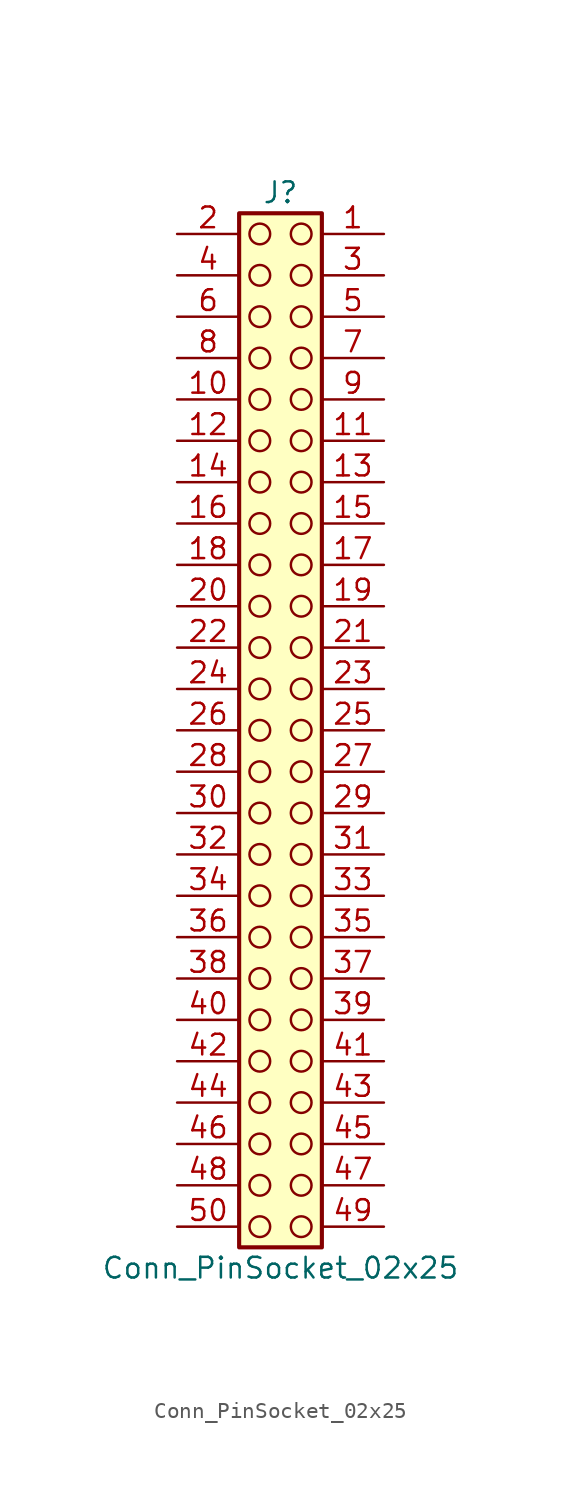
<source format=kicad_sym>
(kicad_symbol_lib
  (version 20241209)
  (generator "kicad_symbol_editor")
  (generator_version "9.0")
  (symbol "Conn_PinSocket_02x25"
    (pin_names
      (offset 1.016)
      (hide yes))
    (property "Reference" "J"
      (at 1.27 33.02 0)
      (effects (font (size 1.27 1.27))))
    (property "Value" "Conn_PinSocket_02x25"
      (at 1.27 -33.02 0)
      (effects (font (size 1.27 1.27))))
    (symbol "Conn_PinSocket_02x25_1_1"
      (rectangle (start -1.27 31.75) (end 3.81 -31.75) (stroke (width 0.254) (type default)) (fill (type background)))
      (circle (center 0 30.48) (radius 0.635) (stroke (width 0) (type solid) (color 132 0 0 1)) (fill (type none)))
      (circle (center 0 27.94) (radius 0.635) (stroke (width 0) (type solid) (color 132 0 0 1)) (fill (type none)))
      (circle (center 0 25.4) (radius 0.635) (stroke (width 0) (type solid) (color 132 0 0 1)) (fill (type none)))
      (circle (center 0 22.86) (radius 0.635) (stroke (width 0) (type solid) (color 132 0 0 1)) (fill (type none)))
      (circle (center 0 20.32) (radius 0.635) (stroke (width 0) (type solid) (color 132 0 0 1)) (fill (type none)))
      (circle (center 0 17.78) (radius 0.635) (stroke (width 0) (type solid) (color 132 0 0 1)) (fill (type none)))
      (circle (center 0 15.24) (radius 0.635) (stroke (width 0) (type solid) (color 132 0 0 1)) (fill (type none)))
      (circle (center 0 12.7) (radius 0.635) (stroke (width 0) (type solid) (color 132 0 0 1)) (fill (type none)))
      (circle (center 0 10.16) (radius 0.635) (stroke (width 0) (type solid) (color 132 0 0 1)) (fill (type none)))
      (circle (center 0 7.62) (radius 0.635) (stroke (width 0) (type solid) (color 132 0 0 1)) (fill (type none)))
      (circle (center 0 5.08) (radius 0.635) (stroke (width 0) (type solid) (color 132 0 0 1)) (fill (type none)))
      (circle (center 0 2.54) (radius 0.635) (stroke (width 0) (type solid) (color 132 0 0 1)) (fill (type none)))
      (circle (center 0 0) (radius 0.635) (stroke (width 0) (type solid) (color 132 0 0 1)) (fill (type none)))
      (circle (center 0 -2.54) (radius 0.635) (stroke (width 0) (type solid) (color 132 0 0 1)) (fill (type none)))
      (circle (center 0 -5.08) (radius 0.635) (stroke (width 0) (type solid) (color 132 0 0 1)) (fill (type none)))
      (circle (center 0 -7.62) (radius 0.635) (stroke (width 0) (type solid) (color 132 0 0 1)) (fill (type none)))
      (circle (center 0 -10.16) (radius 0.635) (stroke (width 0) (type solid) (color 132 0 0 1)) (fill (type none)))
      (circle (center 0 -12.7) (radius 0.635) (stroke (width 0) (type solid) (color 132 0 0 1)) (fill (type none)))
      (circle (center 0 -15.24) (radius 0.635) (stroke (width 0) (type solid) (color 132 0 0 1)) (fill (type none)))
      (circle (center 0 -17.78) (radius 0.635) (stroke (width 0) (type solid) (color 132 0 0 1)) (fill (type none)))
      (circle (center 0 -20.32) (radius 0.635) (stroke (width 0) (type solid) (color 132 0 0 1)) (fill (type none)))
      (circle (center 0 -22.86) (radius 0.635) (stroke (width 0) (type solid) (color 132 0 0 1)) (fill (type none)))
      (circle (center 0 -25.4) (radius 0.635) (stroke (width 0) (type solid) (color 132 0 0 1)) (fill (type none)))
      (circle (center 0 -27.94) (radius 0.635) (stroke (width 0) (type solid) (color 132 0 0 1)) (fill (type none)))
      (circle (center 0 -30.48) (radius 0.635) (stroke (width 0) (type solid) (color 132 0 0 1)) (fill (type none)))
      (circle (center 2.54 30.48) (radius 0.635) (stroke (width 0) (type solid) (color 132 0 0 1)) (fill (type none)))
      (circle (center 2.54 27.94) (radius 0.635) (stroke (width 0) (type solid) (color 132 0 0 1)) (fill (type none)))
      (circle (center 2.54 25.4) (radius 0.635) (stroke (width 0) (type solid) (color 132 0 0 1)) (fill (type none)))
      (circle (center 2.54 22.86) (radius 0.635) (stroke (width 0) (type solid) (color 132 0 0 1)) (fill (type none)))
      (circle (center 2.54 20.32) (radius 0.635) (stroke (width 0) (type solid) (color 132 0 0 1)) (fill (type none)))
      (circle (center 2.54 17.78) (radius 0.635) (stroke (width 0) (type solid) (color 132 0 0 1)) (fill (type none)))
      (circle (center 2.54 15.24) (radius 0.635) (stroke (width 0) (type solid) (color 132 0 0 1)) (fill (type none)))
      (circle (center 2.54 12.7) (radius 0.635) (stroke (width 0) (type solid) (color 132 0 0 1)) (fill (type none)))
      (circle (center 2.54 10.16) (radius 0.635) (stroke (width 0) (type solid) (color 132 0 0 1)) (fill (type none)))
      (circle (center 2.54 7.62) (radius 0.635) (stroke (width 0) (type solid) (color 132 0 0 1)) (fill (type none)))
      (circle (center 2.54 5.08) (radius 0.635) (stroke (width 0) (type solid) (color 132 0 0 1)) (fill (type none)))
      (circle (center 2.54 2.54) (radius 0.635) (stroke (width 0) (type solid) (color 132 0 0 1)) (fill (type none)))
      (circle (center 2.54 0) (radius 0.635) (stroke (width 0) (type solid) (color 132 0 0 1)) (fill (type none)))
      (circle (center 2.54 -2.54) (radius 0.635) (stroke (width 0) (type solid) (color 132 0 0 1)) (fill (type none)))
      (circle (center 2.54 -5.08) (radius 0.635) (stroke (width 0) (type solid) (color 132 0 0 1)) (fill (type none)))
      (circle (center 2.54 -7.62) (radius 0.635) (stroke (width 0) (type solid) (color 132 0 0 1)) (fill (type none)))
      (circle (center 2.54 -10.16) (radius 0.635) (stroke (width 0) (type solid) (color 132 0 0 1)) (fill (type none)))
      (circle (center 2.54 -12.7) (radius 0.635) (stroke (width 0) (type solid) (color 132 0 0 1)) (fill (type none)))
      (circle (center 2.54 -15.24) (radius 0.635) (stroke (width 0) (type solid) (color 132 0 0 1)) (fill (type none)))
      (circle (center 2.54 -17.78) (radius 0.635) (stroke (width 0) (type solid) (color 132 0 0 1)) (fill (type none)))
      (circle (center 2.54 -20.32) (radius 0.635) (stroke (width 0) (type solid) (color 132 0 0 1)) (fill (type none)))
      (circle (center 2.54 -22.86) (radius 0.635) (stroke (width 0) (type solid) (color 132 0 0 1)) (fill (type none)))
      (circle (center 2.54 -25.4) (radius 0.635) (stroke (width 0) (type solid) (color 132 0 0 1)) (fill (type none)))
      (circle (center 2.54 -27.94) (radius 0.635) (stroke (width 0) (type solid) (color 132 0 0 1)) (fill (type none)))
      (circle (center 2.54 -30.48) (radius 0.635) (stroke (width 0) (type solid) (color 132 0 0 1)) (fill (type none)))
      (pin passive line (at -5.08 30.48 0) (length 3.81) (name "Pin_2" (effects (font (size 1.27 1.27)))) (number "2" (effects (font (size 1.27 1.27)))))
      (pin passive line (at -5.08 27.94 0) (length 3.81) (name "Pin_4" (effects (font (size 1.27 1.27)))) (number "4" (effects (font (size 1.27 1.27)))))
      (pin passive line (at -5.08 25.4 0) (length 3.81) (name "Pin_6" (effects (font (size 1.27 1.27)))) (number "6" (effects (font (size 1.27 1.27)))))
      (pin passive line (at -5.08 22.86 0) (length 3.81) (name "Pin_8" (effects (font (size 1.27 1.27)))) (number "8" (effects (font (size 1.27 1.27)))))
      (pin passive line (at -5.08 20.32 0) (length 3.81) (name "Pin_10" (effects (font (size 1.27 1.27)))) (number "10" (effects (font (size 1.27 1.27)))))
      (pin passive line (at -5.08 17.78 0) (length 3.81) (name "Pin_12" (effects (font (size 1.27 1.27)))) (number "12" (effects (font (size 1.27 1.27)))))
      (pin passive line (at -5.08 15.24 0) (length 3.81) (name "Pin_14" (effects (font (size 1.27 1.27)))) (number "14" (effects (font (size 1.27 1.27)))))
      (pin passive line (at -5.08 12.7 0) (length 3.81) (name "Pin_16" (effects (font (size 1.27 1.27)))) (number "16" (effects (font (size 1.27 1.27)))))
      (pin passive line (at -5.08 10.16 0) (length 3.81) (name "Pin_18" (effects (font (size 1.27 1.27)))) (number "18" (effects (font (size 1.27 1.27)))))
      (pin passive line (at -5.08 7.62 0) (length 3.81) (name "Pin_20" (effects (font (size 1.27 1.27)))) (number "20" (effects (font (size 1.27 1.27)))))
      (pin passive line (at -5.08 5.08 0) (length 3.81) (name "Pin_22" (effects (font (size 1.27 1.27)))) (number "22" (effects (font (size 1.27 1.27)))))
      (pin passive line (at -5.08 2.54 0) (length 3.81) (name "Pin_24" (effects (font (size 1.27 1.27)))) (number "24" (effects (font (size 1.27 1.27)))))
      (pin passive line (at -5.08 0 0) (length 3.81) (name "Pin_26" (effects (font (size 1.27 1.27)))) (number "26" (effects (font (size 1.27 1.27)))))
      (pin passive line (at -5.08 -2.54 0) (length 3.81) (name "Pin_28" (effects (font (size 1.27 1.27)))) (number "28" (effects (font (size 1.27 1.27)))))
      (pin passive line (at -5.08 -5.08 0) (length 3.81) (name "Pin_30" (effects (font (size 1.27 1.27)))) (number "30" (effects (font (size 1.27 1.27)))))
      (pin passive line (at -5.08 -7.62 0) (length 3.81) (name "Pin_32" (effects (font (size 1.27 1.27)))) (number "32" (effects (font (size 1.27 1.27)))))
      (pin passive line (at -5.08 -10.16 0) (length 3.81) (name "Pin_34" (effects (font (size 1.27 1.27)))) (number "34" (effects (font (size 1.27 1.27)))))
      (pin passive line (at -5.08 -12.7 0) (length 3.81) (name "Pin_36" (effects (font (size 1.27 1.27)))) (number "36" (effects (font (size 1.27 1.27)))))
      (pin passive line (at -5.08 -15.24 0) (length 3.81) (name "Pin_38" (effects (font (size 1.27 1.27)))) (number "38" (effects (font (size 1.27 1.27)))))
      (pin passive line (at -5.08 -17.78 0) (length 3.81) (name "Pin_40" (effects (font (size 1.27 1.27)))) (number "40" (effects (font (size 1.27 1.27)))))
      (pin passive line (at -5.08 -20.32 0) (length 3.81) (name "Pin_42" (effects (font (size 1.27 1.27)))) (number "42" (effects (font (size 1.27 1.27)))))
      (pin passive line (at -5.08 -22.86 0) (length 3.81) (name "Pin_44" (effects (font (size 1.27 1.27)))) (number "44" (effects (font (size 1.27 1.27)))))
      (pin passive line (at -5.08 -25.4 0) (length 3.81) (name "Pin_46" (effects (font (size 1.27 1.27)))) (number "46" (effects (font (size 1.27 1.27)))))
      (pin passive line (at -5.08 -27.94 0) (length 3.81) (name "Pin_48" (effects (font (size 1.27 1.27)))) (number "48" (effects (font (size 1.27 1.27)))))
      (pin passive line (at -5.08 -30.48 0) (length 3.81) (name "Pin_50" (effects (font (size 1.27 1.27)))) (number "50" (effects (font (size 1.27 1.27)))))
      (pin passive line (at 7.62 30.48 180) (length 3.81) (name "Pin_1" (effects (font (size 1.27 1.27)))) (number "1" (effects (font (size 1.27 1.27)))))
      (pin passive line (at 7.62 27.94 180) (length 3.81) (name "Pin_3" (effects (font (size 1.27 1.27)))) (number "3" (effects (font (size 1.27 1.27)))))
      (pin passive line (at 7.62 25.4 180) (length 3.81) (name "Pin_5" (effects (font (size 1.27 1.27)))) (number "5" (effects (font (size 1.27 1.27)))))
      (pin passive line (at 7.62 22.86 180) (length 3.81) (name "Pin_7" (effects (font (size 1.27 1.27)))) (number "7" (effects (font (size 1.27 1.27)))))
      (pin passive line (at 7.62 20.32 180) (length 3.81) (name "Pin_9" (effects (font (size 1.27 1.27)))) (number "9" (effects (font (size 1.27 1.27)))))
      (pin passive line (at 7.62 17.78 180) (length 3.81) (name "Pin_11" (effects (font (size 1.27 1.27)))) (number "11" (effects (font (size 1.27 1.27)))))
      (pin passive line (at 7.62 15.24 180) (length 3.81) (name "Pin_13" (effects (font (size 1.27 1.27)))) (number "13" (effects (font (size 1.27 1.27)))))
      (pin passive line (at 7.62 12.7 180) (length 3.81) (name "Pin_15" (effects (font (size 1.27 1.27)))) (number "15" (effects (font (size 1.27 1.27)))))
      (pin passive line (at 7.62 10.16 180) (length 3.81) (name "Pin_17" (effects (font (size 1.27 1.27)))) (number "17" (effects (font (size 1.27 1.27)))))
      (pin passive line (at 7.62 7.62 180) (length 3.81) (name "Pin_19" (effects (font (size 1.27 1.27)))) (number "19" (effects (font (size 1.27 1.27)))))
      (pin passive line (at 7.62 5.08 180) (length 3.81) (name "Pin_21" (effects (font (size 1.27 1.27)))) (number "21" (effects (font (size 1.27 1.27)))))
      (pin passive line (at 7.62 2.54 180) (length 3.81) (name "Pin_23" (effects (font (size 1.27 1.27)))) (number "23" (effects (font (size 1.27 1.27)))))
      (pin passive line (at 7.62 0 180) (length 3.81) (name "Pin_25" (effects (font (size 1.27 1.27)))) (number "25" (effects (font (size 1.27 1.27)))))
      (pin passive line (at 7.62 -2.54 180) (length 3.81) (name "Pin_27" (effects (font (size 1.27 1.27)))) (number "27" (effects (font (size 1.27 1.27)))))
      (pin passive line (at 7.62 -5.08 180) (length 3.81) (name "Pin_29" (effects (font (size 1.27 1.27)))) (number "29" (effects (font (size 1.27 1.27)))))
      (pin passive line (at 7.62 -7.62 180) (length 3.81) (name "Pin_31" (effects (font (size 1.27 1.27)))) (number "31" (effects (font (size 1.27 1.27)))))
      (pin passive line (at 7.62 -10.16 180) (length 3.81) (name "Pin_33" (effects (font (size 1.27 1.27)))) (number "33" (effects (font (size 1.27 1.27)))))
      (pin passive line (at 7.62 -12.7 180) (length 3.81) (name "Pin_35" (effects (font (size 1.27 1.27)))) (number "35" (effects (font (size 1.27 1.27)))))
      (pin passive line (at 7.62 -15.24 180) (length 3.81) (name "Pin_37" (effects (font (size 1.27 1.27)))) (number "37" (effects (font (size 1.27 1.27)))))
      (pin passive line (at 7.62 -17.78 180) (length 3.81) (name "Pin_39" (effects (font (size 1.27 1.27)))) (number "39" (effects (font (size 1.27 1.27)))))
      (pin passive line (at 7.62 -20.32 180) (length 3.81) (name "Pin_41" (effects (font (size 1.27 1.27)))) (number "41" (effects (font (size 1.27 1.27)))))
      (pin passive line (at 7.62 -22.86 180) (length 3.81) (name "Pin_43" (effects (font (size 1.27 1.27)))) (number "43" (effects (font (size 1.27 1.27)))))
      (pin passive line (at 7.62 -25.4 180) (length 3.81) (name "Pin_45" (effects (font (size 1.27 1.27)))) (number "45" (effects (font (size 1.27 1.27)))))
      (pin passive line (at 7.62 -27.94 180) (length 3.81) (name "Pin_47" (effects (font (size 1.27 1.27)))) (number "47" (effects (font (size 1.27 1.27)))))
      (pin passive line (at 7.62 -30.48 180) (length 3.81) (name "Pin_49" (effects (font (size 1.27 1.27)))) (number "49" (effects (font (size 1.27 1.27))))))))
</source>
